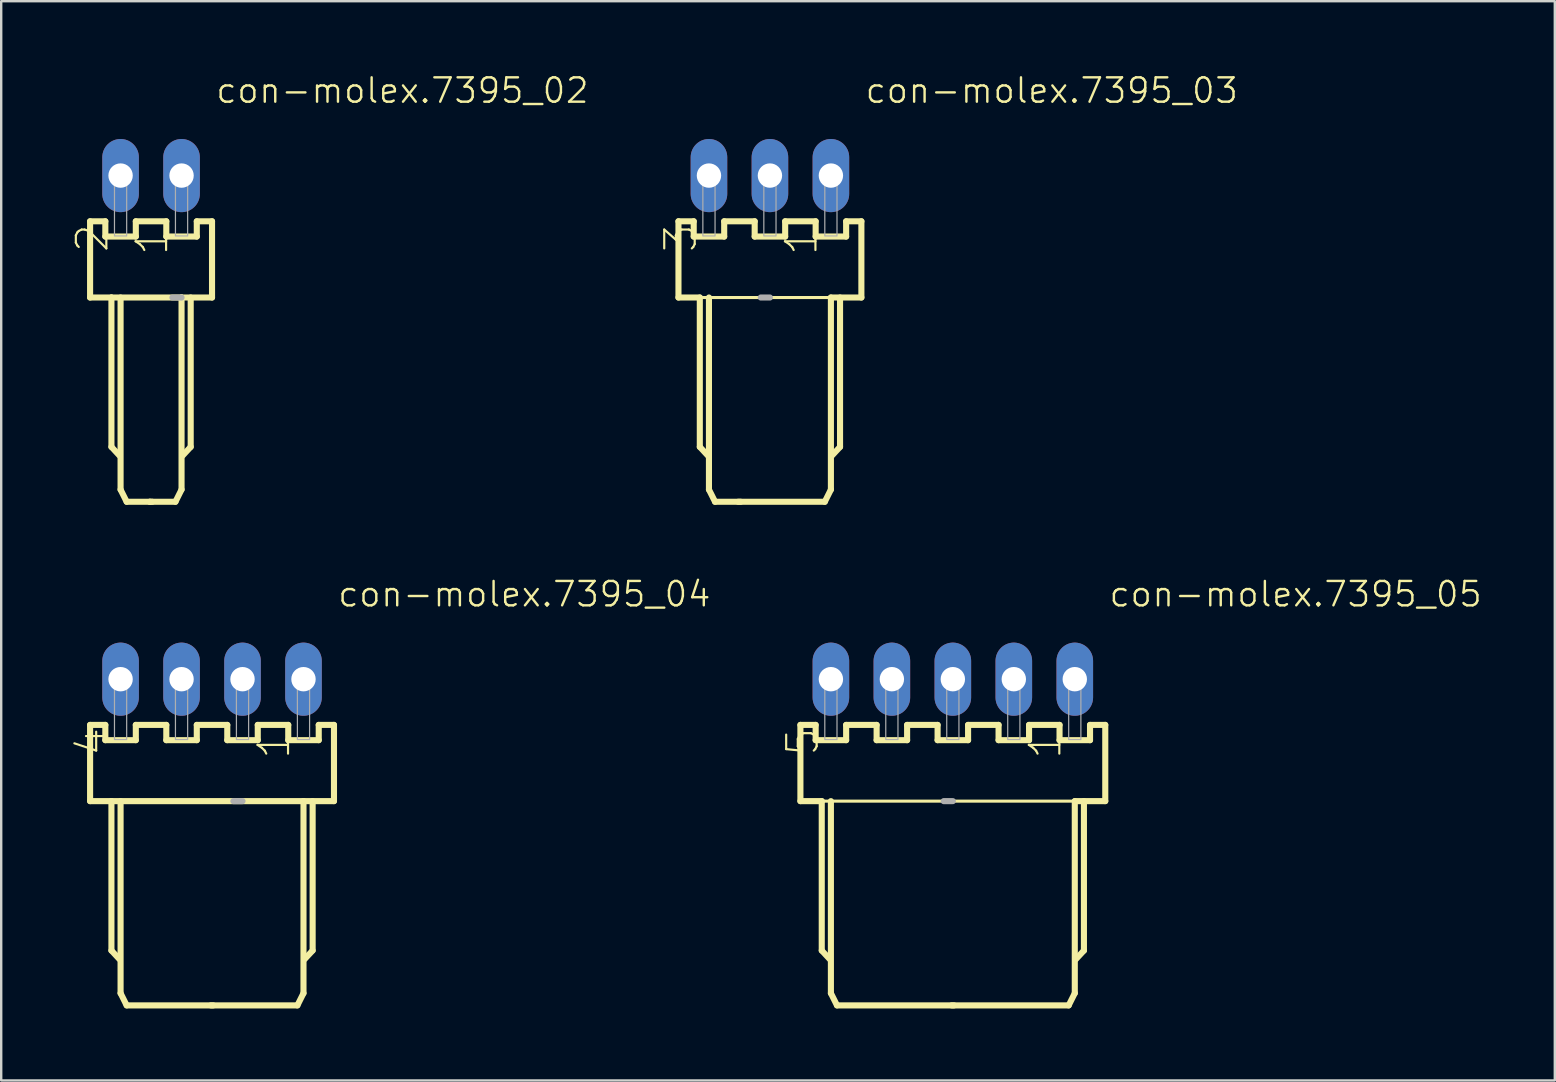
<source format=kicad_pcb>
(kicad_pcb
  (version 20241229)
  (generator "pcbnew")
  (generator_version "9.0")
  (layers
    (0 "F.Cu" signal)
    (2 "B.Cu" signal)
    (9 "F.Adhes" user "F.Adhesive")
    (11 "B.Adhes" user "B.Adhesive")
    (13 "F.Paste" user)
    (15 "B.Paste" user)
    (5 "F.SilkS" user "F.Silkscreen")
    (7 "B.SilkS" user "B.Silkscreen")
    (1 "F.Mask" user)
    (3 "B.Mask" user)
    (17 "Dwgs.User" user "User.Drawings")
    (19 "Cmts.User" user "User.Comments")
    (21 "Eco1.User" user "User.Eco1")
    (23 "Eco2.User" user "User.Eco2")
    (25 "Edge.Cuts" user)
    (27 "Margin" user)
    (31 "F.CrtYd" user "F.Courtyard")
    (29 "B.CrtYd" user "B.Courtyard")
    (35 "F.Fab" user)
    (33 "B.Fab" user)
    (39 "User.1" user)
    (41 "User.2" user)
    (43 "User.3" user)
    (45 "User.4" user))
  (footprint "con-molex.7395_02"
    (layer "F.Cu")
    (at 3.243 4.264)
    (property "Reference" "con-molex.7395_02" (at 2.64 -2.948 180) (layer "F.SilkS") (effects (font (size 1.016 1.016) (thickness 0.1)) (justify left bottom)))
    (attr through_hole)
    (fp_line (start -2.54 1.905) (end -2.54 5.08) (stroke (width 0.254) (type default)) (layer "F.SilkS"))
    (fp_line (start -2.54 5.08) (end -1.651 5.08) (stroke (width 0.254) (type default)) (layer "F.SilkS"))
    (fp_line (start -1.905 1.905) (end -2.54 1.905) (stroke (width 0.254) (type default)) (layer "F.SilkS"))
    (fp_line (start -1.905 2.54) (end -1.905 1.905) (stroke (width 0.254) (type default)) (layer "F.SilkS"))
    (fp_line (start -1.651 5.08) (end -1.651 11.303) (stroke (width 0.254) (type default)) (layer "F.SilkS"))
    (fp_line (start -1.651 5.08) (end 1.27 5.08) (stroke (width 0.254) (type default)) (layer "F.SilkS"))
    (fp_line (start -1.651 11.303) (end -1.321 11.659) (stroke (width 0.254) (type default)) (layer "F.SilkS"))
    (fp_line (start -1.27 5.08) (end -1.27 13.081) (stroke (width 0.254) (type default)) (layer "F.SilkS"))
    (fp_line (start -1.27 13.081) (end -1.016 13.589) (stroke (width 0.254) (type default)) (layer "F.SilkS"))
    (fp_line (start -1.016 13.589) (end -0.051 13.589) (stroke (width 0.254) (type default)) (layer "F.SilkS"))
    (fp_line (start -0.635 1.905) (end -0.635 2.54) (stroke (width 0.254) (type default)) (layer "F.SilkS"))
    (fp_line (start -0.635 2.54) (end -1.905 2.54) (stroke (width 0.254) (type default)) (layer "F.SilkS"))
    (fp_line (start -0.051 13.589) (end 0.051 13.589) (stroke (width 0.254) (type default)) (layer "F.SilkS"))
    (fp_line (start 0.635 1.905) (end -0.635 1.905) (stroke (width 0.254) (type default)) (layer "F.SilkS"))
    (fp_line (start 0.635 2.54) (end 0.635 1.905) (stroke (width 0.254) (type default)) (layer "F.SilkS"))
    (fp_line (start 1.016 13.589) (end -0.051 13.589) (stroke (width 0.254) (type default)) (layer "F.SilkS"))
    (fp_line (start 1.27 5.08) (end 1.27 13.081) (stroke (width 0.254) (type default)) (layer "F.SilkS"))
    (fp_line (start 1.27 5.08) (end 2.54 5.08) (stroke (width 0.254) (type default)) (layer "F.SilkS"))
    (fp_line (start 1.27 13.081) (end 1.016 13.589) (stroke (width 0.254) (type default)) (layer "F.SilkS"))
    (fp_line (start 1.651 5.08) (end 1.651 11.303) (stroke (width 0.254) (type default)) (layer "F.SilkS"))
    (fp_line (start 1.651 11.303) (end 1.321 11.659) (stroke (width 0.254) (type default)) (layer "F.SilkS"))
    (fp_line (start 1.905 1.905) (end 1.905 2.54) (stroke (width 0.254) (type default)) (layer "F.SilkS"))
    (fp_line (start 1.905 2.54) (end 0.635 2.54) (stroke (width 0.254) (type default)) (layer "F.SilkS"))
    (fp_line (start 2.54 1.905) (end 1.905 1.905) (stroke (width 0.254) (type default)) (layer "F.SilkS"))
    (fp_line (start 2.54 5.08) (end 2.54 1.905) (stroke (width 0.254) (type default)) (layer "F.SilkS"))
    (fp_line (start 1.27 5.08) (end 0.889 5.08) (stroke (width 0.254) (type default)) (layer "F.Fab"))
    (fp_rect (start -1.524 0.254) (end -1.016 -0.254) (stroke (width 0.05) (type default)) (fill no) (layer "F.Fab"))
    (fp_rect (start -1.524 2.515) (end -1.016 0.279) (stroke (width 0.05) (type default)) (fill no) (layer "F.Fab"))
    (fp_rect (start 1.016 0.254) (end 1.524 -0.254) (stroke (width 0.05) (type default)) (fill no) (layer "F.Fab"))
    (fp_rect (start 1.016 2.515) (end 1.524 0.279) (stroke (width 0.05) (type default)) (fill no) (layer "F.Fab"))
    (fp_text user "1" (at 0.786 3.402 270) (layer "F.SilkS") (effects (font (size 1.27 1.27) (thickness 0.09)) (justify left bottom)))
    (fp_text user "2" (at -1.703 3.275 270) (layer "F.SilkS") (effects (font (size 1.27 1.27) (thickness 0.09)) (justify left bottom)))
    (pad "1" thru_hole oval (at 1.27 0 90) (size 3.048 1.524) (drill 1.016) (layers "*.Cu" "*.Mask"))
    (pad "2" thru_hole oval (at -1.27 0 90) (size 3.048 1.524) (drill 1.016) (layers "*.Cu" "*.Mask")))
  (footprint "con-molex.7395_05"
    (layer "F.Cu")
    (at 36.644 25.244)
    (property "Reference" "con-molex.7395_05" (at 6.45 -2.948 180) (layer "F.SilkS") (effects (font (size 1.016 1.016) (thickness 0.1)) (justify left bottom)))
    (attr through_hole)
    (fp_line (start -6.35 1.905) (end -6.35 5.08) (stroke (width 0.254) (type default)) (layer "F.SilkS"))
    (fp_line (start -6.35 5.08) (end -5.461 5.08) (stroke (width 0.254) (type default)) (layer "F.SilkS"))
    (fp_line (start -5.715 1.905) (end -6.35 1.905) (stroke (width 0.254) (type default)) (layer "F.SilkS"))
    (fp_line (start -5.715 2.54) (end -5.715 1.905) (stroke (width 0.254) (type default)) (layer "F.SilkS"))
    (fp_line (start -5.461 5.08) (end -5.461 11.303) (stroke (width 0.254) (type default)) (layer "F.SilkS"))
    (fp_line (start -5.461 5.08) (end 5.08 5.08) (stroke (width 0.127) (type default)) (layer "F.SilkS"))
    (fp_line (start -5.461 11.303) (end -5.131 11.659) (stroke (width 0.254) (type default)) (layer "F.SilkS"))
    (fp_line (start -5.08 5.08) (end -5.08 13.081) (stroke (width 0.254) (type default)) (layer "F.SilkS"))
    (fp_line (start -5.08 13.081) (end -4.826 13.589) (stroke (width 0.254) (type default)) (layer "F.SilkS"))
    (fp_line (start -4.826 13.589) (end 0.051 13.589) (stroke (width 0.254) (type default)) (layer "F.SilkS"))
    (fp_line (start -4.445 1.905) (end -4.445 2.54) (stroke (width 0.254) (type default)) (layer "F.SilkS"))
    (fp_line (start -4.445 2.54) (end -5.715 2.54) (stroke (width 0.254) (type default)) (layer "F.SilkS"))
    (fp_line (start -3.175 1.905) (end -4.445 1.905) (stroke (width 0.254) (type default)) (layer "F.SilkS"))
    (fp_line (start -3.175 2.54) (end -3.175 1.905) (stroke (width 0.254) (type default)) (layer "F.SilkS"))
    (fp_line (start -1.905 1.905) (end -1.905 2.54) (stroke (width 0.254) (type default)) (layer "F.SilkS"))
    (fp_line (start -1.905 2.54) (end -3.175 2.54) (stroke (width 0.254) (type default)) (layer "F.SilkS"))
    (fp_line (start -0.635 1.905) (end -1.905 1.905) (stroke (width 0.254) (type default)) (layer "F.SilkS"))
    (fp_line (start -0.635 2.54) (end -0.635 1.905) (stroke (width 0.254) (type default)) (layer "F.SilkS"))
    (fp_line (start 0.635 1.905) (end 0.635 2.54) (stroke (width 0.254) (type default)) (layer "F.SilkS"))
    (fp_line (start 0.635 2.54) (end -0.635 2.54) (stroke (width 0.254) (type default)) (layer "F.SilkS"))
    (fp_line (start 1.905 1.905) (end 0.635 1.905) (stroke (width 0.254) (type default)) (layer "F.SilkS"))
    (fp_line (start 1.905 2.54) (end 1.905 1.905) (stroke (width 0.254) (type default)) (layer "F.SilkS"))
    (fp_line (start 3.175 1.905) (end 3.175 2.54) (stroke (width 0.254) (type default)) (layer "F.SilkS"))
    (fp_line (start 3.175 2.54) (end 1.905 2.54) (stroke (width 0.254) (type default)) (layer "F.SilkS"))
    (fp_line (start 4.445 1.905) (end 3.175 1.905) (stroke (width 0.254) (type default)) (layer "F.SilkS"))
    (fp_line (start 4.445 2.54) (end 4.445 1.905) (stroke (width 0.254) (type default)) (layer "F.SilkS"))
    (fp_line (start 4.826 13.589) (end -0.051 13.589) (stroke (width 0.254) (type default)) (layer "F.SilkS"))
    (fp_line (start 5.08 5.08) (end 5.08 13.081) (stroke (width 0.254) (type default)) (layer "F.SilkS"))
    (fp_line (start 5.08 5.08) (end 6.35 5.08) (stroke (width 0.254) (type default)) (layer "F.SilkS"))
    (fp_line (start 5.08 13.081) (end 4.826 13.589) (stroke (width 0.254) (type default)) (layer "F.SilkS"))
    (fp_line (start 5.461 5.08) (end 5.461 11.303) (stroke (width 0.254) (type default)) (layer "F.SilkS"))
    (fp_line (start 5.461 11.303) (end 5.131 11.659) (stroke (width 0.254) (type default)) (layer "F.SilkS"))
    (fp_line (start 5.715 1.905) (end 5.715 2.54) (stroke (width 0.254) (type default)) (layer "F.SilkS"))
    (fp_line (start 5.715 2.54) (end 4.445 2.54) (stroke (width 0.254) (type default)) (layer "F.SilkS"))
    (fp_line (start 6.35 1.905) (end 5.715 1.905) (stroke (width 0.254) (type default)) (layer "F.SilkS"))
    (fp_line (start 6.35 5.08) (end 6.35 1.905) (stroke (width 0.254) (type default)) (layer "F.SilkS"))
    (fp_line (start 0 5.08) (end -0.381 5.08) (stroke (width 0.254) (type default)) (layer "F.Fab"))
    (fp_rect (start -5.334 0.254) (end -4.826 -0.254) (stroke (width 0.05) (type default)) (fill no) (layer "F.Fab"))
    (fp_rect (start -5.334 2.515) (end -4.826 0.279) (stroke (width 0.05) (type default)) (fill no) (layer "F.Fab"))
    (fp_rect (start -2.794 0.254) (end -2.286 -0.254) (stroke (width 0.05) (type default)) (fill no) (layer "F.Fab"))
    (fp_rect (start -2.794 2.515) (end -2.286 0.279) (stroke (width 0.05) (type default)) (fill no) (layer "F.Fab"))
    (fp_rect (start -0.254 0.254) (end 0.254 -0.254) (stroke (width 0.05) (type default)) (fill no) (layer "F.Fab"))
    (fp_rect (start -0.254 2.515) (end 0.254 0.279) (stroke (width 0.05) (type default)) (fill no) (layer "F.Fab"))
    (fp_rect (start 2.286 0.254) (end 2.794 -0.254) (stroke (width 0.05) (type default)) (fill no) (layer "F.Fab"))
    (fp_rect (start 2.286 2.515) (end 2.794 0.279) (stroke (width 0.05) (type default)) (fill no) (layer "F.Fab"))
    (fp_rect (start 4.826 0.254) (end 5.334 -0.254) (stroke (width 0.05) (type default)) (fill no) (layer "F.Fab"))
    (fp_rect (start 4.826 2.515) (end 5.334 0.279) (stroke (width 0.05) (type default)) (fill no) (layer "F.Fab"))
    (fp_text user "5" (at -5.513 3.275 270) (layer "F.SilkS") (effects (font (size 1.27 1.27) (thickness 0.09)) (justify left bottom)))
    (fp_text user "1" (at 4.596 3.402 270) (layer "F.SilkS") (effects (font (size 1.27 1.27) (thickness 0.09)) (justify left bottom)))
    (pad "1" thru_hole oval (at 5.08 0 90) (size 3.048 1.524) (drill 1.016) (layers "*.Cu" "*.Mask"))
    (pad "2" thru_hole oval (at 2.54 0 90) (size 3.048 1.524) (drill 1.016) (layers "*.Cu" "*.Mask"))
    (pad "3" thru_hole oval (at 0 0 90) (size 3.048 1.524) (drill 1.016) (layers "*.Cu" "*.Mask"))
    (pad "4" thru_hole oval (at -2.54 0 90) (size 3.048 1.524) (drill 1.016) (layers "*.Cu" "*.Mask"))
    (pad "5" thru_hole oval (at -5.08 0 90) (size 3.048 1.524) (drill 1.016) (layers "*.Cu" "*.Mask")))
  (footprint "con-molex.7395_04"
    (layer "F.Cu")
    (at 5.783 25.244)
    (property "Reference" "con-molex.7395_04" (at 5.18 -2.948 180) (layer "F.SilkS") (effects (font (size 1.016 1.016) (thickness 0.1)) (justify left bottom)))
    (attr through_hole)
    (fp_line (start -5.08 1.905) (end -5.08 5.08) (stroke (width 0.254) (type default)) (layer "F.SilkS"))
    (fp_line (start -5.08 5.08) (end -4.191 5.08) (stroke (width 0.254) (type default)) (layer "F.SilkS"))
    (fp_line (start -4.445 1.905) (end -5.08 1.905) (stroke (width 0.254) (type default)) (layer "F.SilkS"))
    (fp_line (start -4.445 2.54) (end -4.445 1.905) (stroke (width 0.254) (type default)) (layer "F.SilkS"))
    (fp_line (start -4.191 5.08) (end -4.191 11.303) (stroke (width 0.254) (type default)) (layer "F.SilkS"))
    (fp_line (start -4.191 5.08) (end 3.81 5.08) (stroke (width 0.254) (type default)) (layer "F.SilkS"))
    (fp_line (start -4.191 11.303) (end -3.861 11.659) (stroke (width 0.254) (type default)) (layer "F.SilkS"))
    (fp_line (start -3.81 5.08) (end -3.81 13.081) (stroke (width 0.254) (type default)) (layer "F.SilkS"))
    (fp_line (start -3.81 13.081) (end -3.556 13.589) (stroke (width 0.254) (type default)) (layer "F.SilkS"))
    (fp_line (start -3.556 13.589) (end 0.051 13.589) (stroke (width 0.254) (type default)) (layer "F.SilkS"))
    (fp_line (start -3.175 1.905) (end -3.175 2.54) (stroke (width 0.254) (type default)) (layer "F.SilkS"))
    (fp_line (start -3.175 2.54) (end -4.445 2.54) (stroke (width 0.254) (type default)) (layer "F.SilkS"))
    (fp_line (start -1.905 1.905) (end -3.175 1.905) (stroke (width 0.254) (type default)) (layer "F.SilkS"))
    (fp_line (start -1.905 2.54) (end -1.905 1.905) (stroke (width 0.254) (type default)) (layer "F.SilkS"))
    (fp_line (start -0.635 1.905) (end -0.635 2.54) (stroke (width 0.254) (type default)) (layer "F.SilkS"))
    (fp_line (start -0.635 2.54) (end -1.905 2.54) (stroke (width 0.254) (type default)) (layer "F.SilkS"))
    (fp_line (start 0.635 1.905) (end -0.635 1.905) (stroke (width 0.254) (type default)) (layer "F.SilkS"))
    (fp_line (start 0.635 2.54) (end 0.635 1.905) (stroke (width 0.254) (type default)) (layer "F.SilkS"))
    (fp_line (start 1.905 1.905) (end 1.905 2.54) (stroke (width 0.254) (type default)) (layer "F.SilkS"))
    (fp_line (start 1.905 2.54) (end 0.635 2.54) (stroke (width 0.254) (type default)) (layer "F.SilkS"))
    (fp_line (start 3.175 1.905) (end 1.905 1.905) (stroke (width 0.254) (type default)) (layer "F.SilkS"))
    (fp_line (start 3.175 2.54) (end 3.175 1.905) (stroke (width 0.254) (type default)) (layer "F.SilkS"))
    (fp_line (start 3.556 13.589) (end -0.051 13.589) (stroke (width 0.254) (type default)) (layer "F.SilkS"))
    (fp_line (start 3.81 5.08) (end 3.81 13.081) (stroke (width 0.254) (type default)) (layer "F.SilkS"))
    (fp_line (start 3.81 5.08) (end 5.08 5.08) (stroke (width 0.254) (type default)) (layer "F.SilkS"))
    (fp_line (start 3.81 13.081) (end 3.556 13.589) (stroke (width 0.254) (type default)) (layer "F.SilkS"))
    (fp_line (start 4.191 5.08) (end 4.191 11.303) (stroke (width 0.254) (type default)) (layer "F.SilkS"))
    (fp_line (start 4.191 11.303) (end 3.861 11.659) (stroke (width 0.254) (type default)) (layer "F.SilkS"))
    (fp_line (start 4.445 1.905) (end 4.445 2.54) (stroke (width 0.254) (type default)) (layer "F.SilkS"))
    (fp_line (start 4.445 2.54) (end 3.175 2.54) (stroke (width 0.254) (type default)) (layer "F.SilkS"))
    (fp_line (start 5.08 1.905) (end 4.445 1.905) (stroke (width 0.254) (type default)) (layer "F.SilkS"))
    (fp_line (start 5.08 5.08) (end 5.08 1.905) (stroke (width 0.254) (type default)) (layer "F.SilkS"))
    (fp_line (start 1.27 5.08) (end 0.889 5.08) (stroke (width 0.254) (type default)) (layer "F.Fab"))
    (fp_rect (start -4.064 0.254) (end -3.556 -0.254) (stroke (width 0.05) (type default)) (fill no) (layer "F.Fab"))
    (fp_rect (start -4.064 2.515) (end -3.556 0.279) (stroke (width 0.05) (type default)) (fill no) (layer "F.Fab"))
    (fp_rect (start -1.524 0.254) (end -1.016 -0.254) (stroke (width 0.05) (type default)) (fill no) (layer "F.Fab"))
    (fp_rect (start -1.524 2.515) (end -1.016 0.279) (stroke (width 0.05) (type default)) (fill no) (layer "F.Fab"))
    (fp_rect (start 1.016 0.254) (end 1.524 -0.254) (stroke (width 0.05) (type default)) (fill no) (layer "F.Fab"))
    (fp_rect (start 1.016 2.515) (end 1.524 0.279) (stroke (width 0.05) (type default)) (fill no) (layer "F.Fab"))
    (fp_rect (start 3.556 0.254) (end 4.064 -0.254) (stroke (width 0.05) (type default)) (fill no) (layer "F.Fab"))
    (fp_rect (start 3.556 2.515) (end 4.064 0.279) (stroke (width 0.05) (type default)) (fill no) (layer "F.Fab"))
    (fp_text user "4" (at -4.243 3.275 270) (layer "F.SilkS") (effects (font (size 1.27 1.27) (thickness 0.09)) (justify left bottom)))
    (fp_text user "1" (at 3.326 3.402 270) (layer "F.SilkS") (effects (font (size 1.27 1.27) (thickness 0.09)) (justify left bottom)))
    (pad "1" thru_hole oval (at 3.81 0 90) (size 3.048 1.524) (drill 1.016) (layers "*.Cu" "*.Mask"))
    (pad "2" thru_hole oval (at 1.27 0 90) (size 3.048 1.524) (drill 1.016) (layers "*.Cu" "*.Mask"))
    (pad "3" thru_hole oval (at -1.27 0 90) (size 3.048 1.524) (drill 1.016) (layers "*.Cu" "*.Mask"))
    (pad "4" thru_hole oval (at -3.81 0 90) (size 3.048 1.524) (drill 1.016) (layers "*.Cu" "*.Mask")))
  (footprint "con-molex.7395_03"
    (layer "F.Cu")
    (at 29.024 4.264)
    (property "Reference" "con-molex.7395_03" (at 3.91 -2.948 180) (layer "F.SilkS") (effects (font (size 1.016 1.016) (thickness 0.1)) (justify left bottom)))
    (attr through_hole)
    (fp_line (start -3.81 1.905) (end -3.81 5.08) (stroke (width 0.254) (type default)) (layer "F.SilkS"))
    (fp_line (start -3.81 5.08) (end -2.921 5.08) (stroke (width 0.254) (type default)) (layer "F.SilkS"))
    (fp_line (start -3.175 1.905) (end -3.81 1.905) (stroke (width 0.254) (type default)) (layer "F.SilkS"))
    (fp_line (start -3.175 2.54) (end -3.175 1.905) (stroke (width 0.254) (type default)) (layer "F.SilkS"))
    (fp_line (start -2.921 5.08) (end -2.921 11.303) (stroke (width 0.254) (type default)) (layer "F.SilkS"))
    (fp_line (start -2.921 5.08) (end 2.54 5.08) (stroke (width 0.127) (type default)) (layer "F.SilkS"))
    (fp_line (start -2.921 11.303) (end -2.591 11.659) (stroke (width 0.254) (type default)) (layer "F.SilkS"))
    (fp_line (start -2.54 5.08) (end -2.54 13.081) (stroke (width 0.254) (type default)) (layer "F.SilkS"))
    (fp_line (start -2.54 13.081) (end -2.286 13.589) (stroke (width 0.254) (type default)) (layer "F.SilkS"))
    (fp_line (start -2.286 13.589) (end -1.219 13.589) (stroke (width 0.254) (type default)) (layer "F.SilkS"))
    (fp_line (start -1.905 1.905) (end -1.905 2.54) (stroke (width 0.254) (type default)) (layer "F.SilkS"))
    (fp_line (start -1.905 2.54) (end -3.175 2.54) (stroke (width 0.254) (type default)) (layer "F.SilkS"))
    (fp_line (start -0.635 1.905) (end -1.905 1.905) (stroke (width 0.254) (type default)) (layer "F.SilkS"))
    (fp_line (start -0.635 2.54) (end -0.635 1.905) (stroke (width 0.254) (type default)) (layer "F.SilkS"))
    (fp_line (start 0.635 1.905) (end 0.635 2.54) (stroke (width 0.254) (type default)) (layer "F.SilkS"))
    (fp_line (start 0.635 2.54) (end -0.635 2.54) (stroke (width 0.254) (type default)) (layer "F.SilkS"))
    (fp_line (start 1.905 1.905) (end 0.635 1.905) (stroke (width 0.254) (type default)) (layer "F.SilkS"))
    (fp_line (start 1.905 2.54) (end 1.905 1.905) (stroke (width 0.254) (type default)) (layer "F.SilkS"))
    (fp_line (start 2.286 13.589) (end -1.321 13.589) (stroke (width 0.254) (type default)) (layer "F.SilkS"))
    (fp_line (start 2.54 5.08) (end 2.54 13.081) (stroke (width 0.254) (type default)) (layer "F.SilkS"))
    (fp_line (start 2.54 5.08) (end 3.81 5.08) (stroke (width 0.254) (type default)) (layer "F.SilkS"))
    (fp_line (start 2.54 13.081) (end 2.286 13.589) (stroke (width 0.254) (type default)) (layer "F.SilkS"))
    (fp_line (start 2.921 5.08) (end 2.921 11.303) (stroke (width 0.254) (type default)) (layer "F.SilkS"))
    (fp_line (start 2.921 11.303) (end 2.591 11.659) (stroke (width 0.254) (type default)) (layer "F.SilkS"))
    (fp_line (start 3.175 1.905) (end 3.175 2.54) (stroke (width 0.254) (type default)) (layer "F.SilkS"))
    (fp_line (start 3.175 2.54) (end 1.905 2.54) (stroke (width 0.254) (type default)) (layer "F.SilkS"))
    (fp_line (start 3.81 1.905) (end 3.175 1.905) (stroke (width 0.254) (type default)) (layer "F.SilkS"))
    (fp_line (start 3.81 5.08) (end 3.81 1.905) (stroke (width 0.254) (type default)) (layer "F.SilkS"))
    (fp_line (start 0 5.08) (end -0.381 5.08) (stroke (width 0.254) (type default)) (layer "F.Fab"))
    (fp_rect (start -2.794 0.254) (end -2.286 -0.254) (stroke (width 0.05) (type default)) (fill no) (layer "F.Fab"))
    (fp_rect (start -2.794 2.515) (end -2.286 0.279) (stroke (width 0.05) (type default)) (fill no) (layer "F.Fab"))
    (fp_rect (start -0.254 0.254) (end 0.254 -0.254) (stroke (width 0.05) (type default)) (fill no) (layer "F.Fab"))
    (fp_rect (start -0.254 2.515) (end 0.254 0.279) (stroke (width 0.05) (type default)) (fill no) (layer "F.Fab"))
    (fp_rect (start 2.286 0.254) (end 2.794 -0.254) (stroke (width 0.05) (type default)) (fill no) (layer "F.Fab"))
    (fp_rect (start 2.286 2.515) (end 2.794 0.279) (stroke (width 0.05) (type default)) (fill no) (layer "F.Fab"))
    (fp_text user "3" (at -2.973 3.275 270) (layer "F.SilkS") (effects (font (size 1.27 1.27) (thickness 0.09)) (justify left bottom)))
    (fp_text user "1" (at 2.056 3.402 270) (layer "F.SilkS") (effects (font (size 1.27 1.27) (thickness 0.09)) (justify left bottom)))
    (pad "1" thru_hole oval (at 2.54 0 90) (size 3.048 1.524) (drill 1.016) (layers "*.Cu" "*.Mask"))
    (pad "2" thru_hole oval (at 0 0 90) (size 3.048 1.524) (drill 1.016) (layers "*.Cu" "*.Mask"))
    (pad "3" thru_hole oval (at -2.54 0 90) (size 3.048 1.524) (drill 1.016) (layers "*.Cu" "*.Mask")))
  (gr_rect
    (start -3 -3)
    (end 61.721 41.96)
    (stroke (width 0.1) (type default))
    (fill no)
    (layer "Edge.Cuts")))
</source>
